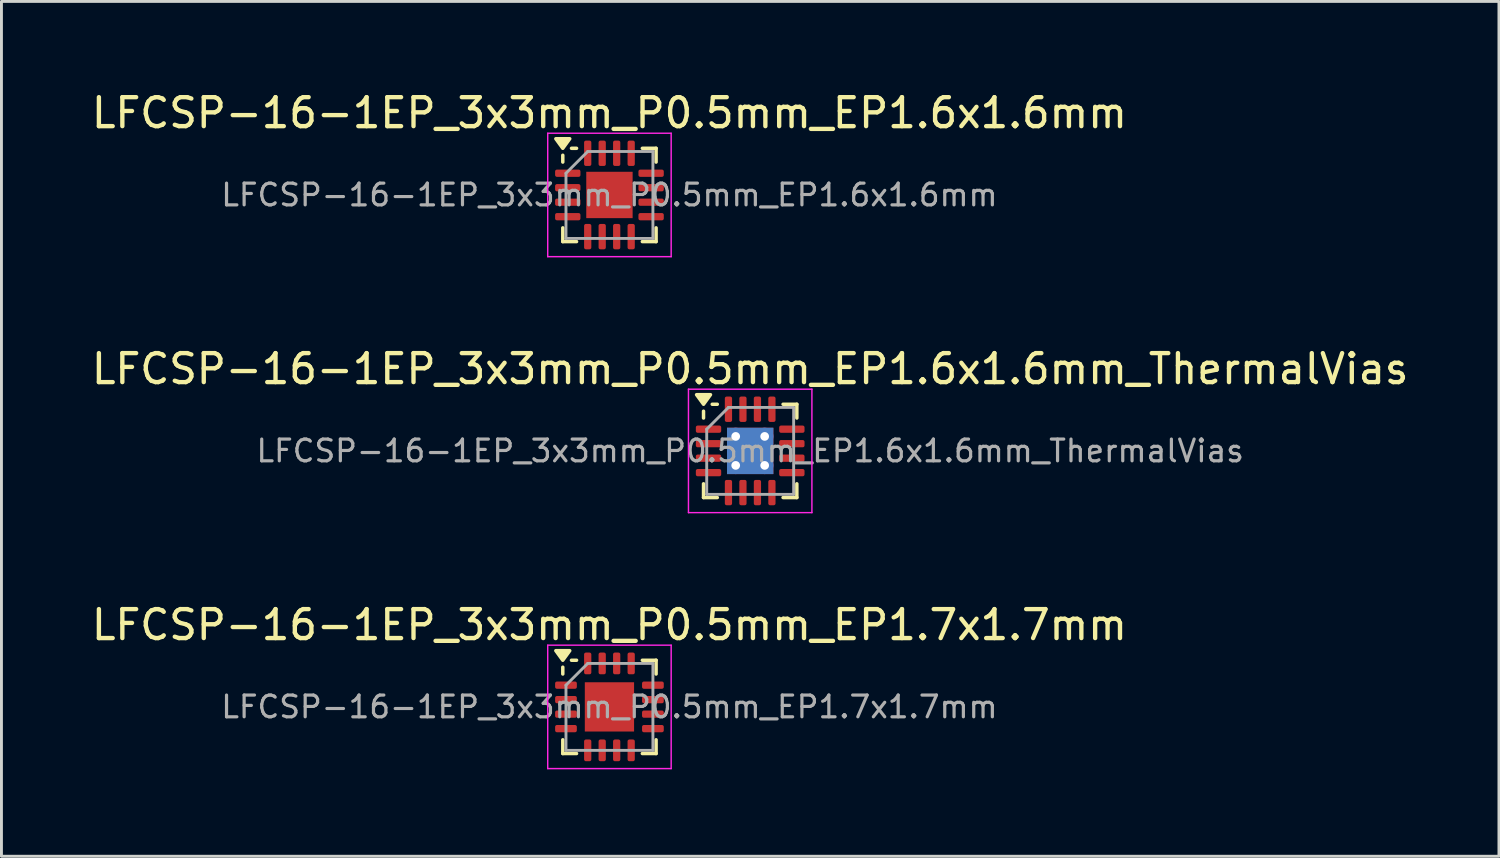
<source format=kicad_pcb>
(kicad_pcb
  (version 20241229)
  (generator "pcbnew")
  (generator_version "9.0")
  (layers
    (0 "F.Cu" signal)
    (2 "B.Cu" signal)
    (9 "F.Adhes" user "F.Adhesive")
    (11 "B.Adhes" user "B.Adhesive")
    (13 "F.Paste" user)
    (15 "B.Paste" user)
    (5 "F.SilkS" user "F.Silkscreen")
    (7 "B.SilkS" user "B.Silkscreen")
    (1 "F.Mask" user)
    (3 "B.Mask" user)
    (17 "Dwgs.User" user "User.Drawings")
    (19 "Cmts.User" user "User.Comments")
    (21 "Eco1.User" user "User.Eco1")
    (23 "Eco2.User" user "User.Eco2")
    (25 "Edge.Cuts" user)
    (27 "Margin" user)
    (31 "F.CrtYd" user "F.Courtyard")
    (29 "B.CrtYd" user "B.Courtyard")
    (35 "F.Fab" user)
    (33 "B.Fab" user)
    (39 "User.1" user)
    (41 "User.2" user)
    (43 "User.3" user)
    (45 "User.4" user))
  (footprint "LFCSP-16-1EP_3x3mm_P0.5mm_EP1.7x1.7mm"
    (layer "F.Cu")
    (at 17.982 21.345)
    (property "Reference" "LFCSP-16-1EP_3x3mm_P0.5mm_EP1.7x1.7mm" (at 0 -2.83 0) (layer "F.SilkS") (effects (font (size 1 1) (thickness 0.15))))
    (attr smd)
    (fp_line (start -1.61 -1.135) (end -1.61 -1.37) (stroke (width 0.12) (type solid)) (layer "F.SilkS"))
    (fp_line (start -1.61 1.61) (end -1.61 1.135) (stroke (width 0.12) (type solid)) (layer "F.SilkS"))
    (fp_line (start -1.135 -1.61) (end -1.31 -1.61) (stroke (width 0.12) (type solid)) (layer "F.SilkS"))
    (fp_line (start -1.135 1.61) (end -1.61 1.61) (stroke (width 0.12) (type solid)) (layer "F.SilkS"))
    (fp_line (start 1.135 -1.61) (end 1.61 -1.61) (stroke (width 0.12) (type solid)) (layer "F.SilkS"))
    (fp_line (start 1.135 1.61) (end 1.61 1.61) (stroke (width 0.12) (type solid)) (layer "F.SilkS"))
    (fp_line (start 1.61 -1.61) (end 1.61 -1.135) (stroke (width 0.12) (type solid)) (layer "F.SilkS"))
    (fp_line (start 1.61 1.61) (end 1.61 1.135) (stroke (width 0.12) (type solid)) (layer "F.SilkS"))
    (fp_poly (pts (xy -1.61 -1.61) (xy -1.85 -1.94) (xy -1.37 -1.94) (xy -1.61 -1.61)) (stroke (width 0.12) (type solid)) (fill yes) (layer "F.SilkS"))
    (fp_line (start -2.13 -2.13) (end -2.13 2.13) (stroke (width 0.05) (type solid)) (layer "F.CrtYd"))
    (fp_line (start -2.13 2.13) (end 2.13 2.13) (stroke (width 0.05) (type solid)) (layer "F.CrtYd"))
    (fp_line (start 2.13 -2.13) (end -2.13 -2.13) (stroke (width 0.05) (type solid)) (layer "F.CrtYd"))
    (fp_line (start 2.13 2.13) (end 2.13 -2.13) (stroke (width 0.05) (type solid)) (layer "F.CrtYd"))
    (fp_line (start -1.5 -0.75) (end -0.75 -1.5) (stroke (width 0.1) (type solid)) (layer "F.Fab"))
    (fp_line (start -1.5 1.5) (end -1.5 -0.75) (stroke (width 0.1) (type solid)) (layer "F.Fab"))
    (fp_line (start -0.75 -1.5) (end 1.5 -1.5) (stroke (width 0.1) (type solid)) (layer "F.Fab"))
    (fp_line (start 1.5 -1.5) (end 1.5 1.5) (stroke (width 0.1) (type solid)) (layer "F.Fab"))
    (fp_line (start 1.5 1.5) (end -1.5 1.5) (stroke (width 0.1) (type solid)) (layer "F.Fab"))
    (fp_text user "${REFERENCE}" (at 0 0 0) (layer "F.Fab") (effects (font (size 0.75 0.75) (thickness 0.11))))
    (pad "" smd roundrect (at -0.425 -0.425) (size 0.69 0.69) (layers "F.Paste") (roundrect_rratio 0.25))
    (pad "" smd roundrect (at -0.425 0.425) (size 0.69 0.69) (layers "F.Paste") (roundrect_rratio 0.25))
    (pad "" smd roundrect (at 0.425 -0.425) (size 0.69 0.69) (layers "F.Paste") (roundrect_rratio 0.25))
    (pad "" smd roundrect (at 0.425 0.425) (size 0.69 0.69) (layers "F.Paste") (roundrect_rratio 0.25))
    (pad "1" smd roundrect (at -1.5 -0.75) (size 0.75 0.25) (layers "F.Cu" "F.Mask" "F.Paste") (roundrect_rratio 0.25))
    (pad "2" smd roundrect (at -1.5 -0.25) (size 0.75 0.25) (layers "F.Cu" "F.Mask" "F.Paste") (roundrect_rratio 0.25))
    (pad "3" smd roundrect (at -1.5 0.25) (size 0.75 0.25) (layers "F.Cu" "F.Mask" "F.Paste") (roundrect_rratio 0.25))
    (pad "4" smd roundrect (at -1.5 0.75) (size 0.75 0.25) (layers "F.Cu" "F.Mask" "F.Paste") (roundrect_rratio 0.25))
    (pad "5" smd roundrect (at -0.75 1.5) (size 0.25 0.75) (layers "F.Cu" "F.Mask" "F.Paste") (roundrect_rratio 0.25))
    (pad "6" smd roundrect (at -0.25 1.5) (size 0.25 0.75) (layers "F.Cu" "F.Mask" "F.Paste") (roundrect_rratio 0.25))
    (pad "7" smd roundrect (at 0.25 1.5) (size 0.25 0.75) (layers "F.Cu" "F.Mask" "F.Paste") (roundrect_rratio 0.25))
    (pad "8" smd roundrect (at 0.75 1.5) (size 0.25 0.75) (layers "F.Cu" "F.Mask" "F.Paste") (roundrect_rratio 0.25))
    (pad "9" smd roundrect (at 1.5 0.75) (size 0.75 0.25) (layers "F.Cu" "F.Mask" "F.Paste") (roundrect_rratio 0.25))
    (pad "10" smd roundrect (at 1.5 0.25) (size 0.75 0.25) (layers "F.Cu" "F.Mask" "F.Paste") (roundrect_rratio 0.25))
    (pad "11" smd roundrect (at 1.5 -0.25) (size 0.75 0.25) (layers "F.Cu" "F.Mask" "F.Paste") (roundrect_rratio 0.25))
    (pad "12" smd roundrect (at 1.5 -0.75) (size 0.75 0.25) (layers "F.Cu" "F.Mask" "F.Paste") (roundrect_rratio 0.25))
    (pad "13" smd roundrect (at 0.75 -1.5) (size 0.25 0.75) (layers "F.Cu" "F.Mask" "F.Paste") (roundrect_rratio 0.25))
    (pad "14" smd roundrect (at 0.25 -1.5) (size 0.25 0.75) (layers "F.Cu" "F.Mask" "F.Paste") (roundrect_rratio 0.25))
    (pad "15" smd roundrect (at -0.25 -1.5) (size 0.25 0.75) (layers "F.Cu" "F.Mask" "F.Paste") (roundrect_rratio 0.25))
    (pad "16" smd roundrect (at -0.75 -1.5) (size 0.25 0.75) (layers "F.Cu" "F.Mask" "F.Paste") (roundrect_rratio 0.25))
    (pad "17" smd rect (at 0 0) (size 1.7 1.7) (property pad_prop_heatsink) (layers "F.Cu" "F.Mask")))
  (footprint "LFCSP-16-1EP_3x3mm_P0.5mm_EP1.6x1.6mm"
    (layer "F.Cu")
    (at 17.982 3.678)
    (property "Reference" "LFCSP-16-1EP_3x3mm_P0.5mm_EP1.6x1.6mm" (at 0 -2.83 0) (layer "F.SilkS") (effects (font (size 1 1) (thickness 0.15))))
    (attr smd)
    (fp_line (start -1.61 -1.135) (end -1.61 -1.37) (stroke (width 0.12) (type solid)) (layer "F.SilkS"))
    (fp_line (start -1.61 1.61) (end -1.61 1.135) (stroke (width 0.12) (type solid)) (layer "F.SilkS"))
    (fp_line (start -1.135 -1.61) (end -1.31 -1.61) (stroke (width 0.12) (type solid)) (layer "F.SilkS"))
    (fp_line (start -1.135 1.61) (end -1.61 1.61) (stroke (width 0.12) (type solid)) (layer "F.SilkS"))
    (fp_line (start 1.135 -1.61) (end 1.61 -1.61) (stroke (width 0.12) (type solid)) (layer "F.SilkS"))
    (fp_line (start 1.135 1.61) (end 1.61 1.61) (stroke (width 0.12) (type solid)) (layer "F.SilkS"))
    (fp_line (start 1.61 -1.61) (end 1.61 -1.135) (stroke (width 0.12) (type solid)) (layer "F.SilkS"))
    (fp_line (start 1.61 1.61) (end 1.61 1.135) (stroke (width 0.12) (type solid)) (layer "F.SilkS"))
    (fp_poly (pts (xy -1.61 -1.61) (xy -1.85 -1.94) (xy -1.37 -1.94) (xy -1.61 -1.61)) (stroke (width 0.12) (type solid)) (fill yes) (layer "F.SilkS"))
    (fp_line (start -2.13 -2.13) (end -2.13 2.13) (stroke (width 0.05) (type solid)) (layer "F.CrtYd"))
    (fp_line (start -2.13 2.13) (end 2.13 2.13) (stroke (width 0.05) (type solid)) (layer "F.CrtYd"))
    (fp_line (start 2.13 -2.13) (end -2.13 -2.13) (stroke (width 0.05) (type solid)) (layer "F.CrtYd"))
    (fp_line (start 2.13 2.13) (end 2.13 -2.13) (stroke (width 0.05) (type solid)) (layer "F.CrtYd"))
    (fp_line (start -1.5 -0.75) (end -0.75 -1.5) (stroke (width 0.1) (type solid)) (layer "F.Fab"))
    (fp_line (start -1.5 1.5) (end -1.5 -0.75) (stroke (width 0.1) (type solid)) (layer "F.Fab"))
    (fp_line (start -0.75 -1.5) (end 1.5 -1.5) (stroke (width 0.1) (type solid)) (layer "F.Fab"))
    (fp_line (start 1.5 -1.5) (end 1.5 1.5) (stroke (width 0.1) (type solid)) (layer "F.Fab"))
    (fp_line (start 1.5 1.5) (end -1.5 1.5) (stroke (width 0.1) (type solid)) (layer "F.Fab"))
    (fp_text user "${REFERENCE}" (at 0 0 0) (layer "F.Fab") (effects (font (size 0.75 0.75) (thickness 0.11))))
    (pad "" smd roundrect (at -0.4 -0.4) (size 0.64 0.64) (layers "F.Paste") (roundrect_rratio 0.25))
    (pad "" smd roundrect (at -0.4 0.4) (size 0.64 0.64) (layers "F.Paste") (roundrect_rratio 0.25))
    (pad "" smd roundrect (at 0.4 -0.4) (size 0.64 0.64) (layers "F.Paste") (roundrect_rratio 0.25))
    (pad "" smd roundrect (at 0.4 0.4) (size 0.64 0.64) (layers "F.Paste") (roundrect_rratio 0.25))
    (pad "1" smd roundrect (at -1.438 -0.75) (size 0.875 0.25) (layers "F.Cu" "F.Mask" "F.Paste") (roundrect_rratio 0.25))
    (pad "2" smd roundrect (at -1.438 -0.25) (size 0.875 0.25) (layers "F.Cu" "F.Mask" "F.Paste") (roundrect_rratio 0.25))
    (pad "3" smd roundrect (at -1.438 0.25) (size 0.875 0.25) (layers "F.Cu" "F.Mask" "F.Paste") (roundrect_rratio 0.25))
    (pad "4" smd roundrect (at -1.438 0.75) (size 0.875 0.25) (layers "F.Cu" "F.Mask" "F.Paste") (roundrect_rratio 0.25))
    (pad "5" smd roundrect (at -0.75 1.438) (size 0.25 0.875) (layers "F.Cu" "F.Mask" "F.Paste") (roundrect_rratio 0.25))
    (pad "6" smd roundrect (at -0.25 1.438) (size 0.25 0.875) (layers "F.Cu" "F.Mask" "F.Paste") (roundrect_rratio 0.25))
    (pad "7" smd roundrect (at 0.25 1.438) (size 0.25 0.875) (layers "F.Cu" "F.Mask" "F.Paste") (roundrect_rratio 0.25))
    (pad "8" smd roundrect (at 0.75 1.438) (size 0.25 0.875) (layers "F.Cu" "F.Mask" "F.Paste") (roundrect_rratio 0.25))
    (pad "9" smd roundrect (at 1.438 0.75) (size 0.875 0.25) (layers "F.Cu" "F.Mask" "F.Paste") (roundrect_rratio 0.25))
    (pad "10" smd roundrect (at 1.438 0.25) (size 0.875 0.25) (layers "F.Cu" "F.Mask" "F.Paste") (roundrect_rratio 0.25))
    (pad "11" smd roundrect (at 1.438 -0.25) (size 0.875 0.25) (layers "F.Cu" "F.Mask" "F.Paste") (roundrect_rratio 0.25))
    (pad "12" smd roundrect (at 1.438 -0.75) (size 0.875 0.25) (layers "F.Cu" "F.Mask" "F.Paste") (roundrect_rratio 0.25))
    (pad "13" smd roundrect (at 0.75 -1.438) (size 0.25 0.875) (layers "F.Cu" "F.Mask" "F.Paste") (roundrect_rratio 0.25))
    (pad "14" smd roundrect (at 0.25 -1.438) (size 0.25 0.875) (layers "F.Cu" "F.Mask" "F.Paste") (roundrect_rratio 0.25))
    (pad "15" smd roundrect (at -0.25 -1.438) (size 0.25 0.875) (layers "F.Cu" "F.Mask" "F.Paste") (roundrect_rratio 0.25))
    (pad "16" smd roundrect (at -0.75 -1.438) (size 0.25 0.875) (layers "F.Cu" "F.Mask" "F.Paste") (roundrect_rratio 0.25))
    (pad "17" smd rect (at 0 0) (size 1.6 1.6) (property pad_prop_heatsink) (layers "F.Cu" "F.Mask")))
  (footprint "LFCSP-16-1EP_3x3mm_P0.5mm_EP1.6x1.6mm_ThermalVias"
    (layer "F.Cu")
    (at 22.839 12.511)
    (property "Reference" "LFCSP-16-1EP_3x3mm_P0.5mm_EP1.6x1.6mm_ThermalVias" (at 0 -2.83 0) (layer "F.SilkS") (effects (font (size 1 1) (thickness 0.15))))
    (attr smd)
    (fp_line (start -1.61 -1.135) (end -1.61 -1.37) (stroke (width 0.12) (type solid)) (layer "F.SilkS"))
    (fp_line (start -1.61 1.61) (end -1.61 1.135) (stroke (width 0.12) (type solid)) (layer "F.SilkS"))
    (fp_line (start -1.135 -1.61) (end -1.31 -1.61) (stroke (width 0.12) (type solid)) (layer "F.SilkS"))
    (fp_line (start -1.135 1.61) (end -1.61 1.61) (stroke (width 0.12) (type solid)) (layer "F.SilkS"))
    (fp_line (start 1.135 -1.61) (end 1.61 -1.61) (stroke (width 0.12) (type solid)) (layer "F.SilkS"))
    (fp_line (start 1.135 1.61) (end 1.61 1.61) (stroke (width 0.12) (type solid)) (layer "F.SilkS"))
    (fp_line (start 1.61 -1.61) (end 1.61 -1.135) (stroke (width 0.12) (type solid)) (layer "F.SilkS"))
    (fp_line (start 1.61 1.61) (end 1.61 1.135) (stroke (width 0.12) (type solid)) (layer "F.SilkS"))
    (fp_poly (pts (xy -1.61 -1.61) (xy -1.85 -1.94) (xy -1.37 -1.94) (xy -1.61 -1.61)) (stroke (width 0.12) (type solid)) (fill yes) (layer "F.SilkS"))
    (fp_line (start -2.13 -2.13) (end -2.13 2.13) (stroke (width 0.05) (type solid)) (layer "F.CrtYd"))
    (fp_line (start -2.13 2.13) (end 2.13 2.13) (stroke (width 0.05) (type solid)) (layer "F.CrtYd"))
    (fp_line (start 2.13 -2.13) (end -2.13 -2.13) (stroke (width 0.05) (type solid)) (layer "F.CrtYd"))
    (fp_line (start 2.13 2.13) (end 2.13 -2.13) (stroke (width 0.05) (type solid)) (layer "F.CrtYd"))
    (fp_line (start -1.5 -0.75) (end -0.75 -1.5) (stroke (width 0.1) (type solid)) (layer "F.Fab"))
    (fp_line (start -1.5 1.5) (end -1.5 -0.75) (stroke (width 0.1) (type solid)) (layer "F.Fab"))
    (fp_line (start -0.75 -1.5) (end 1.5 -1.5) (stroke (width 0.1) (type solid)) (layer "F.Fab"))
    (fp_line (start 1.5 -1.5) (end 1.5 1.5) (stroke (width 0.1) (type solid)) (layer "F.Fab"))
    (fp_line (start 1.5 1.5) (end -1.5 1.5) (stroke (width 0.1) (type solid)) (layer "F.Fab"))
    (fp_text user "${REFERENCE}" (at 0 0 0) (layer "F.Fab") (effects (font (size 0.75 0.75) (thickness 0.11))))
    (pad "" smd roundrect (at -0.4 -0.4) (size 0.69 0.69) (layers "F.Paste") (roundrect_rratio 0.25))
    (pad "" smd roundrect (at -0.4 0.4) (size 0.69 0.69) (layers "F.Paste") (roundrect_rratio 0.25))
    (pad "" smd roundrect (at 0.4 -0.4) (size 0.69 0.69) (layers "F.Paste") (roundrect_rratio 0.25))
    (pad "" smd roundrect (at 0.4 0.4) (size 0.69 0.69) (layers "F.Paste") (roundrect_rratio 0.25))
    (pad "1" smd roundrect (at -1.438 -0.75) (size 0.875 0.25) (layers "F.Cu" "F.Mask" "F.Paste") (roundrect_rratio 0.25))
    (pad "2" smd roundrect (at -1.438 -0.25) (size 0.875 0.25) (layers "F.Cu" "F.Mask" "F.Paste") (roundrect_rratio 0.25))
    (pad "3" smd roundrect (at -1.438 0.25) (size 0.875 0.25) (layers "F.Cu" "F.Mask" "F.Paste") (roundrect_rratio 0.25))
    (pad "4" smd roundrect (at -1.438 0.75) (size 0.875 0.25) (layers "F.Cu" "F.Mask" "F.Paste") (roundrect_rratio 0.25))
    (pad "5" smd roundrect (at -0.75 1.438) (size 0.25 0.875) (layers "F.Cu" "F.Mask" "F.Paste") (roundrect_rratio 0.25))
    (pad "6" smd roundrect (at -0.25 1.438) (size 0.25 0.875) (layers "F.Cu" "F.Mask" "F.Paste") (roundrect_rratio 0.25))
    (pad "7" smd roundrect (at 0.25 1.438) (size 0.25 0.875) (layers "F.Cu" "F.Mask" "F.Paste") (roundrect_rratio 0.25))
    (pad "8" smd roundrect (at 0.75 1.438) (size 0.25 0.875) (layers "F.Cu" "F.Mask" "F.Paste") (roundrect_rratio 0.25))
    (pad "9" smd roundrect (at 1.438 0.75) (size 0.875 0.25) (layers "F.Cu" "F.Mask" "F.Paste") (roundrect_rratio 0.25))
    (pad "10" smd roundrect (at 1.438 0.25) (size 0.875 0.25) (layers "F.Cu" "F.Mask" "F.Paste") (roundrect_rratio 0.25))
    (pad "11" smd roundrect (at 1.438 -0.25) (size 0.875 0.25) (layers "F.Cu" "F.Mask" "F.Paste") (roundrect_rratio 0.25))
    (pad "12" smd roundrect (at 1.438 -0.75) (size 0.875 0.25) (layers "F.Cu" "F.Mask" "F.Paste") (roundrect_rratio 0.25))
    (pad "13" smd roundrect (at 0.75 -1.438) (size 0.25 0.875) (layers "F.Cu" "F.Mask" "F.Paste") (roundrect_rratio 0.25))
    (pad "14" smd roundrect (at 0.25 -1.438) (size 0.25 0.875) (layers "F.Cu" "F.Mask" "F.Paste") (roundrect_rratio 0.25))
    (pad "15" smd roundrect (at -0.25 -1.438) (size 0.25 0.875) (layers "F.Cu" "F.Mask" "F.Paste") (roundrect_rratio 0.25))
    (pad "16" smd roundrect (at -0.75 -1.438) (size 0.25 0.875) (layers "F.Cu" "F.Mask" "F.Paste") (roundrect_rratio 0.25))
    (pad "17" thru_hole circle (at -0.5 -0.5) (size 0.6 0.6) (drill 0.3) (property pad_prop_heatsink) (layers "*.Cu"))
    (pad "17" thru_hole circle (at -0.5 0.5) (size 0.6 0.6) (drill 0.3) (property pad_prop_heatsink) (layers "*.Cu"))
    (pad "17" smd rect (at 0 0) (size 1.6 1.6) (property pad_prop_heatsink) (layers "F.Cu" "F.Mask"))
    (pad "17" smd rect (at 0 0) (size 1.6 1.6) (property pad_prop_heatsink) (layers "B.Cu"))
    (pad "17" thru_hole circle (at 0.5 -0.5) (size 0.6 0.6) (drill 0.3) (property pad_prop_heatsink) (layers "*.Cu"))
    (pad "17" thru_hole circle (at 0.5 0.5) (size 0.6 0.6) (drill 0.3) (property pad_prop_heatsink) (layers "*.Cu")))
  (gr_rect
    (start -3 -3)
    (end 48.679 26.5)
    (stroke (width 0.1) (type default))
    (fill no)
    (layer "Edge.Cuts")))
</source>
